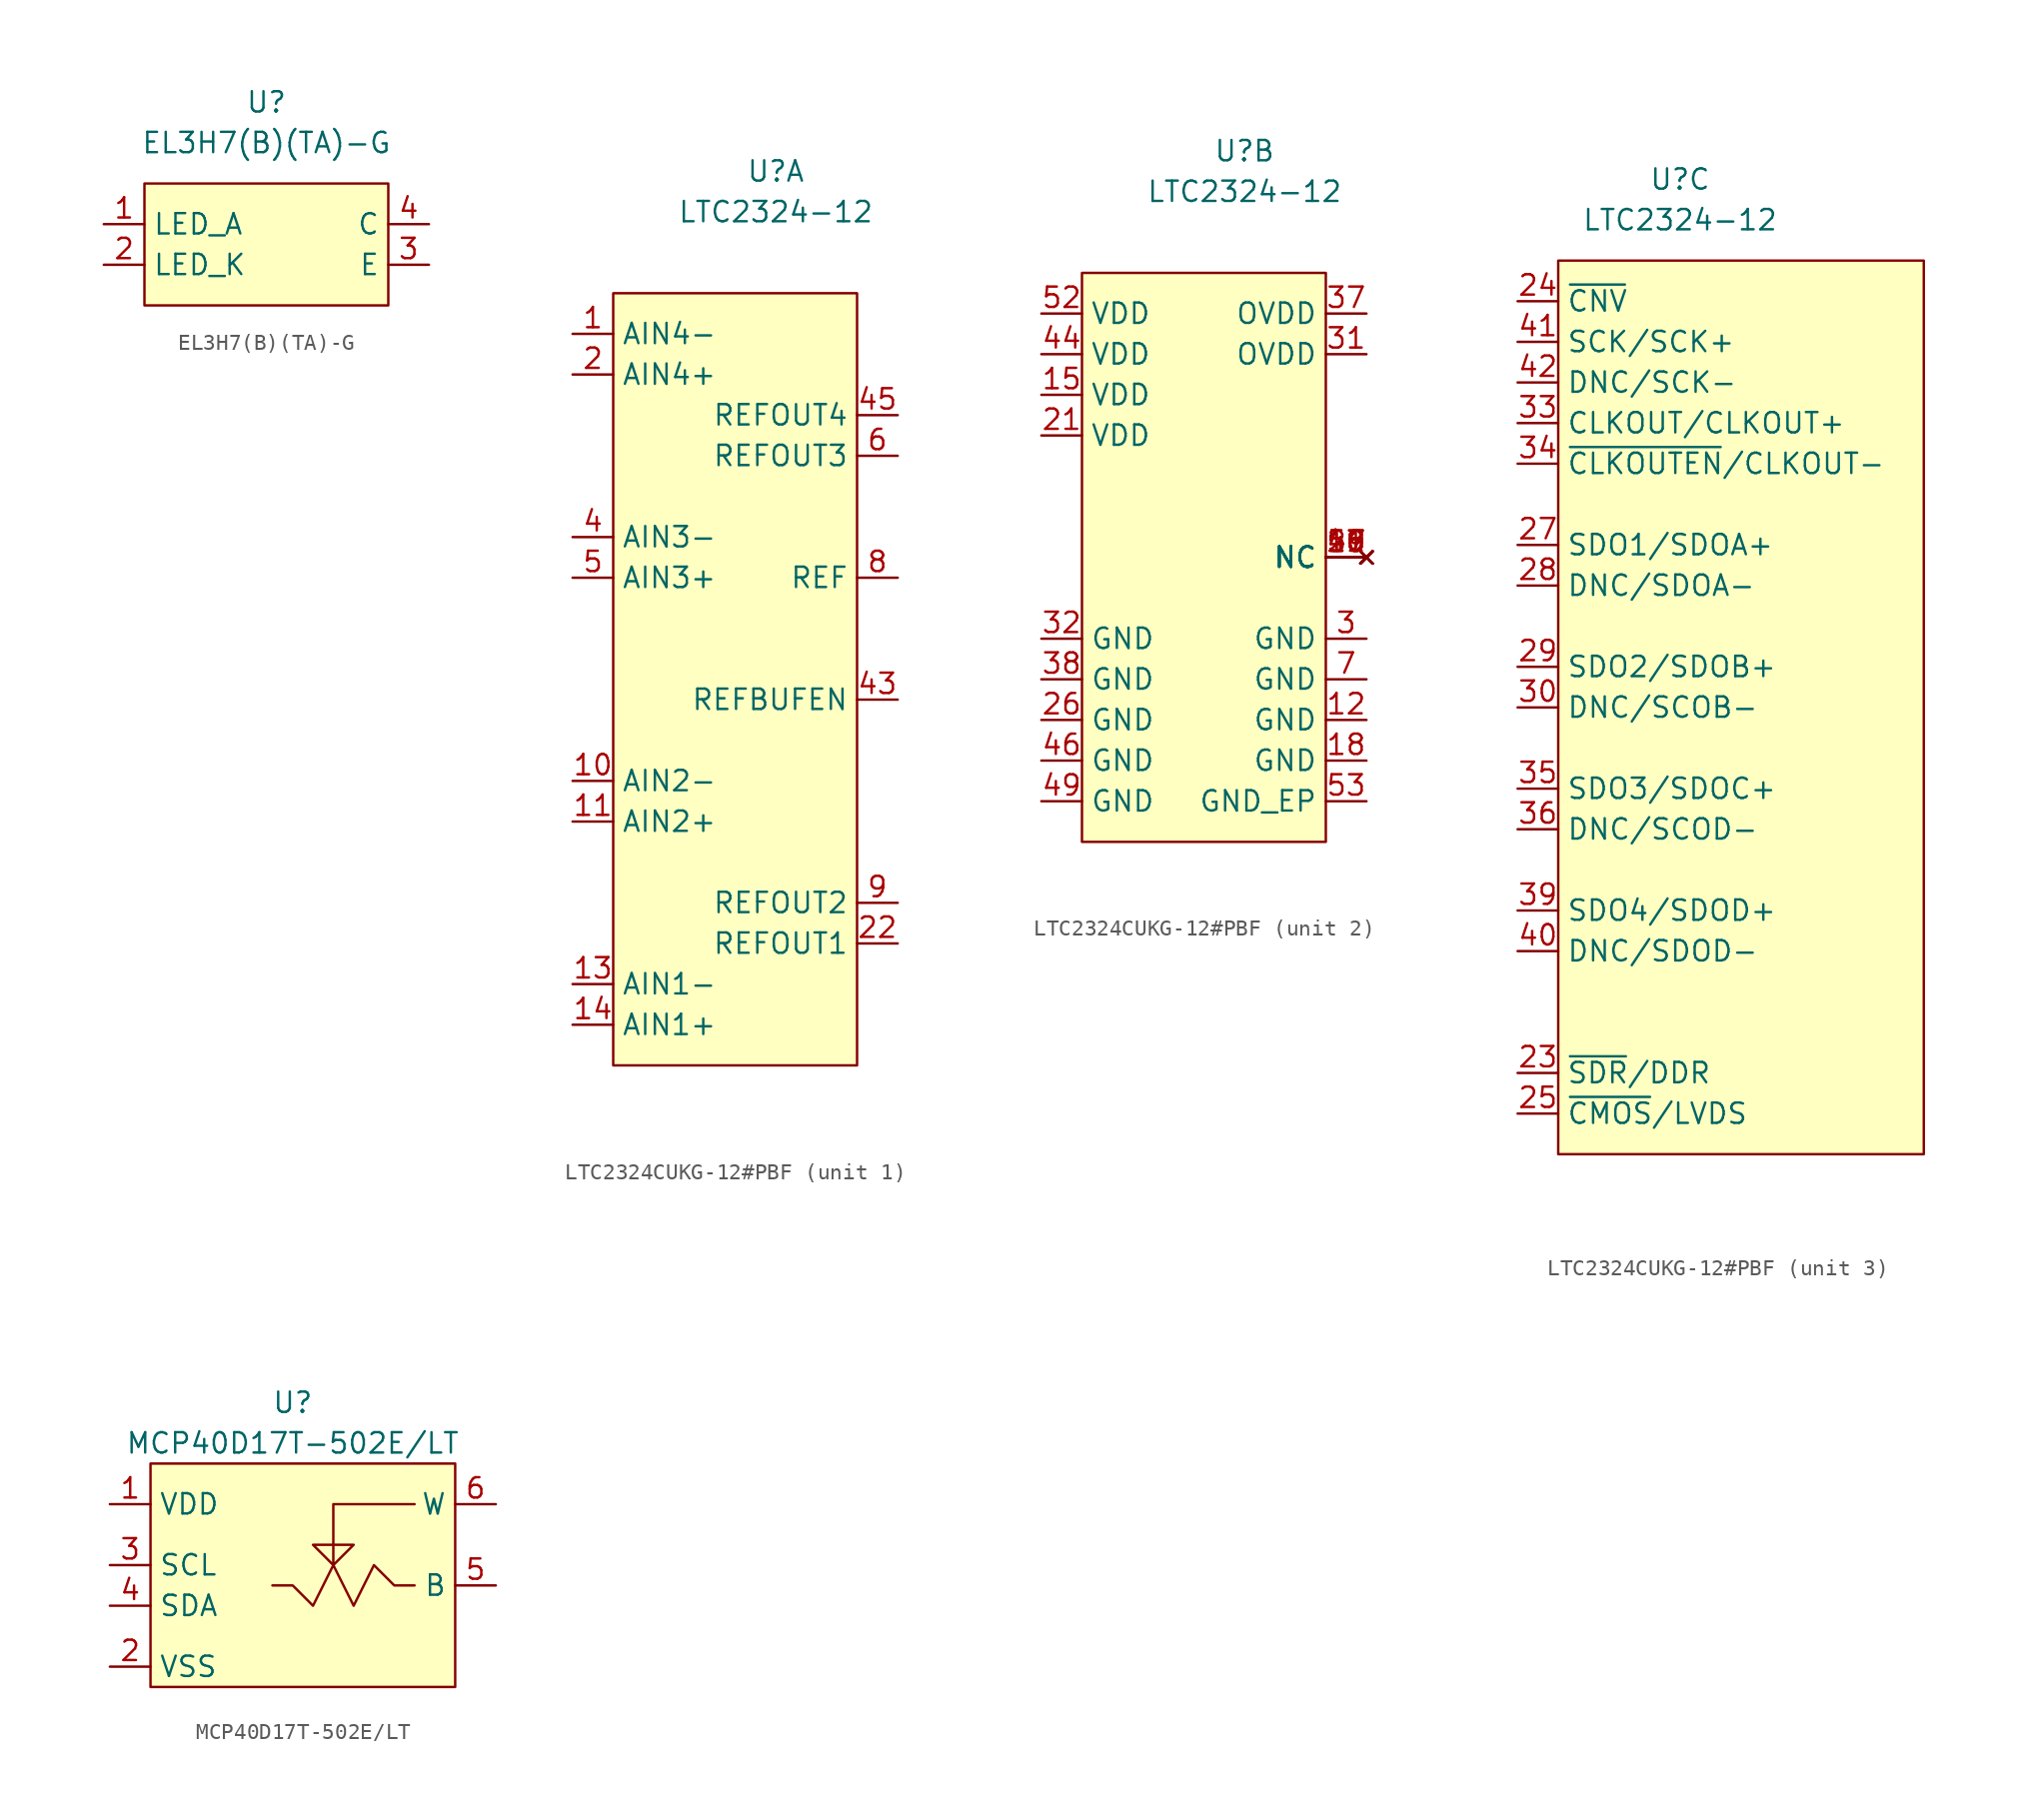
<source format=kicad_sym>
(kicad_symbol_lib
  (version 20220914)
  (generator kicad_symbol_editor)
  (symbol "EL3H7(B)(TA)-G"
    (property "Reference" "U"
      (at 0 5.08 0)
      (effects (font (size 1.27 1.27))))
    (property "Value" "EL3H7(B)(TA)-G"
      (at 0 2.54 0)
      (effects (font (size 1.27 1.27))))
    (symbol "EL3H7(B)(TA)-G_1_1"
      (rectangle (start -7.62 0) (end 7.62 -7.62) (stroke (width 0) (type default)) (fill (type background)))
      (pin input line (at -10.16 -2.54 0) (length 2.54) (name "LED_A" (effects (font (size 1.27 1.27)))) (number "1" (effects (font (size 1.27 1.27)))))
      (pin input line (at -10.16 -5.08 0) (length 2.54) (name "LED_K" (effects (font (size 1.27 1.27)))) (number "2" (effects (font (size 1.27 1.27)))))
      (pin input line (at 10.16 -5.08 180) (length 2.54) (name "E" (effects (font (size 1.27 1.27)))) (number "3" (effects (font (size 1.27 1.27)))))
      (pin input line (at 10.16 -2.54 180) (length 2.54) (name "C" (effects (font (size 1.27 1.27)))) (number "4" (effects (font (size 1.27 1.27)))))))
  (symbol "LTC2324CUKG-12#PBF"
    (property "Reference" "U"
      (at 2.54 7.62 0)
      (effects (font (size 1.27 1.27))))
    (property "Value" "LTC2324-12"
      (at 2.54 5.08 0)
      (effects (font (size 1.27 1.27))))
    (symbol "LTC2324CUKG-12#PBF_1_1"
      (rectangle (start -7.62 0) (end 7.62 -48.26) (stroke (width 0) (type default)) (fill (type background)))
      (pin input line (at -10.16 -2.54 0) (length 2.54) (name "AIN4-" (effects (font (size 1.27 1.27)))) (number "1" (effects (font (size 1.27 1.27)))))
      (pin input line (at -10.16 -30.48 0) (length 2.54) (name "AIN2-" (effects (font (size 1.27 1.27)))) (number "10" (effects (font (size 1.27 1.27)))))
      (pin input line (at -10.16 -33.02 0) (length 2.54) (name "AIN2+" (effects (font (size 1.27 1.27)))) (number "11" (effects (font (size 1.27 1.27)))))
      (pin input line (at -10.16 -43.18 0) (length 2.54) (name "AIN1-" (effects (font (size 1.27 1.27)))) (number "13" (effects (font (size 1.27 1.27)))))
      (pin input line (at -10.16 -45.72 0) (length 2.54) (name "AIN1+" (effects (font (size 1.27 1.27)))) (number "14" (effects (font (size 1.27 1.27)))))
      (pin input line (at -10.16 -5.08 0) (length 2.54) (name "AIN4+" (effects (font (size 1.27 1.27)))) (number "2" (effects (font (size 1.27 1.27)))))
      (pin input line (at 10.16 -40.64 180) (length 2.54) (name "REFOUT1" (effects (font (size 1.27 1.27)))) (number "22" (effects (font (size 1.27 1.27)))))
      (pin input line (at -10.16 -15.24 0) (length 2.54) (name "AIN3-" (effects (font (size 1.27 1.27)))) (number "4" (effects (font (size 1.27 1.27)))))
      (pin input line (at 10.16 -25.4 180) (length 2.54) (name "REFBUFEN" (effects (font (size 1.27 1.27)))) (number "43" (effects (font (size 1.27 1.27)))))
      (pin input line (at 10.16 -7.62 180) (length 2.54) (name "REFOUT4" (effects (font (size 1.27 1.27)))) (number "45" (effects (font (size 1.27 1.27)))))
      (pin input line (at -10.16 -17.78 0) (length 2.54) (name "AIN3+" (effects (font (size 1.27 1.27)))) (number "5" (effects (font (size 1.27 1.27)))))
      (pin input line (at 10.16 -10.16 180) (length 2.54) (name "REFOUT3" (effects (font (size 1.27 1.27)))) (number "6" (effects (font (size 1.27 1.27)))))
      (pin input line (at 10.16 -17.78 180) (length 2.54) (name "REF" (effects (font (size 1.27 1.27)))) (number "8" (effects (font (size 1.27 1.27)))))
      (pin input line (at 10.16 -38.1 180) (length 2.54) (name "REFOUT2" (effects (font (size 1.27 1.27)))) (number "9" (effects (font (size 1.27 1.27))))))
    (symbol "LTC2324CUKG-12#PBF_2_1"
      (rectangle (start -7.62 0) (end 7.62 -35.56) (stroke (width 0) (type default)) (fill (type background)))
      (pin input line (at 10.16 -27.94 180) (length 2.54) (name "GND" (effects (font (size 1.27 1.27)))) (number "12" (effects (font (size 1.27 1.27)))))
      (pin input line (at -10.16 -7.62 0) (length 2.54) (name "VDD" (effects (font (size 1.27 1.27)))) (number "15" (effects (font (size 1.27 1.27)))))
      (pin no_connect line (at 10.16 -17.78 180) (length 2.54) (name "NC" (effects (font (size 1.27 1.27)))) (number "16" (effects (font (size 1.27 1.27)))))
      (pin no_connect line (at 10.16 -17.78 180) (length 2.54) (name "NC" (effects (font (size 1.27 1.27)))) (number "17" (effects (font (size 1.27 1.27)))))
      (pin input line (at 10.16 -30.48 180) (length 2.54) (name "GND" (effects (font (size 1.27 1.27)))) (number "18" (effects (font (size 1.27 1.27)))))
      (pin no_connect line (at 10.16 -17.78 180) (length 2.54) (name "NC" (effects (font (size 1.27 1.27)))) (number "19" (effects (font (size 1.27 1.27)))))
      (pin no_connect line (at 10.16 -17.78 180) (length 2.54) (name "NC" (effects (font (size 1.27 1.27)))) (number "20" (effects (font (size 1.27 1.27)))))
      (pin input line (at -10.16 -10.16 0) (length 2.54) (name "VDD" (effects (font (size 1.27 1.27)))) (number "21" (effects (font (size 1.27 1.27)))))
      (pin input line (at -10.16 -27.94 0) (length 2.54) (name "GND" (effects (font (size 1.27 1.27)))) (number "26" (effects (font (size 1.27 1.27)))))
      (pin input line (at 10.16 -22.86 180) (length 2.54) (name "GND" (effects (font (size 1.27 1.27)))) (number "3" (effects (font (size 1.27 1.27)))))
      (pin input line (at 10.16 -5.08 180) (length 2.54) (name "OVDD" (effects (font (size 1.27 1.27)))) (number "31" (effects (font (size 1.27 1.27)))))
      (pin input line (at -10.16 -22.86 0) (length 2.54) (name "GND" (effects (font (size 1.27 1.27)))) (number "32" (effects (font (size 1.27 1.27)))))
      (pin input line (at 10.16 -2.54 180) (length 2.54) (name "OVDD" (effects (font (size 1.27 1.27)))) (number "37" (effects (font (size 1.27 1.27)))))
      (pin input line (at -10.16 -25.4 0) (length 2.54) (name "GND" (effects (font (size 1.27 1.27)))) (number "38" (effects (font (size 1.27 1.27)))))
      (pin input line (at -10.16 -5.08 0) (length 2.54) (name "VDD" (effects (font (size 1.27 1.27)))) (number "44" (effects (font (size 1.27 1.27)))))
      (pin input line (at -10.16 -30.48 0) (length 2.54) (name "GND" (effects (font (size 1.27 1.27)))) (number "46" (effects (font (size 1.27 1.27)))))
      (pin no_connect line (at 10.16 -17.78 180) (length 2.54) (name "NC" (effects (font (size 1.27 1.27)))) (number "47" (effects (font (size 1.27 1.27)))))
      (pin no_connect line (at 10.16 -17.78 180) (length 2.54) (name "NC" (effects (font (size 1.27 1.27)))) (number "48" (effects (font (size 1.27 1.27)))))
      (pin input line (at -10.16 -33.02 0) (length 2.54) (name "GND" (effects (font (size 1.27 1.27)))) (number "49" (effects (font (size 1.27 1.27)))))
      (pin no_connect line (at 10.16 -17.78 180) (length 2.54) (name "NC" (effects (font (size 1.27 1.27)))) (number "50" (effects (font (size 1.27 1.27)))))
      (pin no_connect line (at 10.16 -17.78 180) (length 2.54) (name "NC" (effects (font (size 1.27 1.27)))) (number "51" (effects (font (size 1.27 1.27)))))
      (pin input line (at -10.16 -2.54 0) (length 2.54) (name "VDD" (effects (font (size 1.27 1.27)))) (number "52" (effects (font (size 1.27 1.27)))))
      (pin input line (at 10.16 -33.02 180) (length 2.54) (name "GND_EP" (effects (font (size 1.27 1.27)))) (number "53" (effects (font (size 1.27 1.27)))))
      (pin input line (at 10.16 -25.4 180) (length 2.54) (name "GND" (effects (font (size 1.27 1.27)))) (number "7" (effects (font (size 1.27 1.27))))))
    (symbol "LTC2324CUKG-12#PBF_3_1"
      (rectangle (start -5.08 2.54) (end 17.78 -53.34) (stroke (width 0) (type default)) (fill (type background)))
      (pin input line (at -7.62 -48.26 0) (length 2.54) (name "~{SDR}/DDR" (effects (font (size 1.27 1.27)))) (number "23" (effects (font (size 1.27 1.27)))))
      (pin input line (at -7.62 0 0) (length 2.54) (name "~{CNV}" (effects (font (size 1.27 1.27)))) (number "24" (effects (font (size 1.27 1.27)))))
      (pin input line (at -7.62 -50.8 0) (length 2.54) (name "~{CMOS}/LVDS" (effects (font (size 1.27 1.27)))) (number "25" (effects (font (size 1.27 1.27)))))
      (pin input line (at -7.62 -15.24 0) (length 2.54) (name "SDO1/SDOA+" (effects (font (size 1.27 1.27)))) (number "27" (effects (font (size 1.27 1.27)))))
      (pin input line (at -7.62 -17.78 0) (length 2.54) (name "DNC/SDOA-" (effects (font (size 1.27 1.27)))) (number "28" (effects (font (size 1.27 1.27)))))
      (pin input line (at -7.62 -22.86 0) (length 2.54) (name "SDO2/SDOB+" (effects (font (size 1.27 1.27)))) (number "29" (effects (font (size 1.27 1.27)))))
      (pin input line (at -7.62 -25.4 0) (length 2.54) (name "DNC/SCOB-" (effects (font (size 1.27 1.27)))) (number "30" (effects (font (size 1.27 1.27)))))
      (pin input line (at -7.62 -7.62 0) (length 2.54) (name "CLKOUT/CLKOUT+" (effects (font (size 1.27 1.27)))) (number "33" (effects (font (size 1.27 1.27)))))
      (pin input line (at -7.62 -10.16 0) (length 2.54) (name "~{CLKOUTEN}/CLKOUT-" (effects (font (size 1.27 1.27)))) (number "34" (effects (font (size 1.27 1.27)))))
      (pin input line (at -7.62 -30.48 0) (length 2.54) (name "SDO3/SDOC+" (effects (font (size 1.27 1.27)))) (number "35" (effects (font (size 1.27 1.27)))))
      (pin input line (at -7.62 -33.02 0) (length 2.54) (name "DNC/SCOD-" (effects (font (size 1.27 1.27)))) (number "36" (effects (font (size 1.27 1.27)))))
      (pin input line (at -7.62 -38.1 0) (length 2.54) (name "SDO4/SDOD+" (effects (font (size 1.27 1.27)))) (number "39" (effects (font (size 1.27 1.27)))))
      (pin input line (at -7.62 -40.64 0) (length 2.54) (name "DNC/SDOD-" (effects (font (size 1.27 1.27)))) (number "40" (effects (font (size 1.27 1.27)))))
      (pin input line (at -7.62 -2.54 0) (length 2.54) (name "SCK/SCK+" (effects (font (size 1.27 1.27)))) (number "41" (effects (font (size 1.27 1.27)))))
      (pin input line (at -7.62 -5.08 0) (length 2.54) (name "DNC/SCK-" (effects (font (size 1.27 1.27)))) (number "42" (effects (font (size 1.27 1.27)))))))
  (symbol "MCP40D17T-502E/LT"
    (property "Reference" "U"
      (at 0 0 0)
      (effects (font (size 1.27 1.27))))
    (property "Value" "MCP40D17T-502E/LT"
      (at 0 -2.54 0)
      (effects (font (size 1.27 1.27))))
    (symbol "MCP40D17T-502E/LT_1_1"
      (rectangle (start -8.89 -3.81) (end 10.16 -17.78) (stroke (width 0) (type default)) (fill (type background)))
      (polyline (pts (xy 7.62 -6.35) (xy 2.54 -6.35) (xy 2.54 -8.89) (xy 2.54 -10.16) (xy 3.81 -8.89) (xy 1.27 -8.89) (xy 2.54 -10.16)) (stroke (width 0) (type default)) (fill (type none)))
      (polyline (pts (xy 7.62 -11.43) (xy 6.35 -11.43) (xy 5.08 -10.16) (xy 3.81 -12.7) (xy 2.54 -10.16) (xy 1.27 -12.7) (xy 0 -11.43) (xy -1.27 -11.43)) (stroke (width 0) (type default)) (fill (type none)))
      (pin input line (at -11.43 -6.35 0) (length 2.54) (name "VDD" (effects (font (size 1.27 1.27)))) (number "1" (effects (font (size 1.27 1.27)))))
      (pin input line (at -11.43 -16.51 0) (length 2.54) (name "VSS" (effects (font (size 1.27 1.27)))) (number "2" (effects (font (size 1.27 1.27)))))
      (pin input line (at -11.43 -10.16 0) (length 2.54) (name "SCL" (effects (font (size 1.27 1.27)))) (number "3" (effects (font (size 1.27 1.27)))))
      (pin input line (at -11.43 -12.7 0) (length 2.54) (name "SDA" (effects (font (size 1.27 1.27)))) (number "4" (effects (font (size 1.27 1.27)))))
      (pin input line (at 12.7 -11.43 180) (length 2.54) (name "B" (effects (font (size 1.27 1.27)))) (number "5" (effects (font (size 1.27 1.27)))))
      (pin input line (at 12.7 -6.35 180) (length 2.54) (name "W" (effects (font (size 1.27 1.27)))) (number "6" (effects (font (size 1.27 1.27))))))))
</source>
